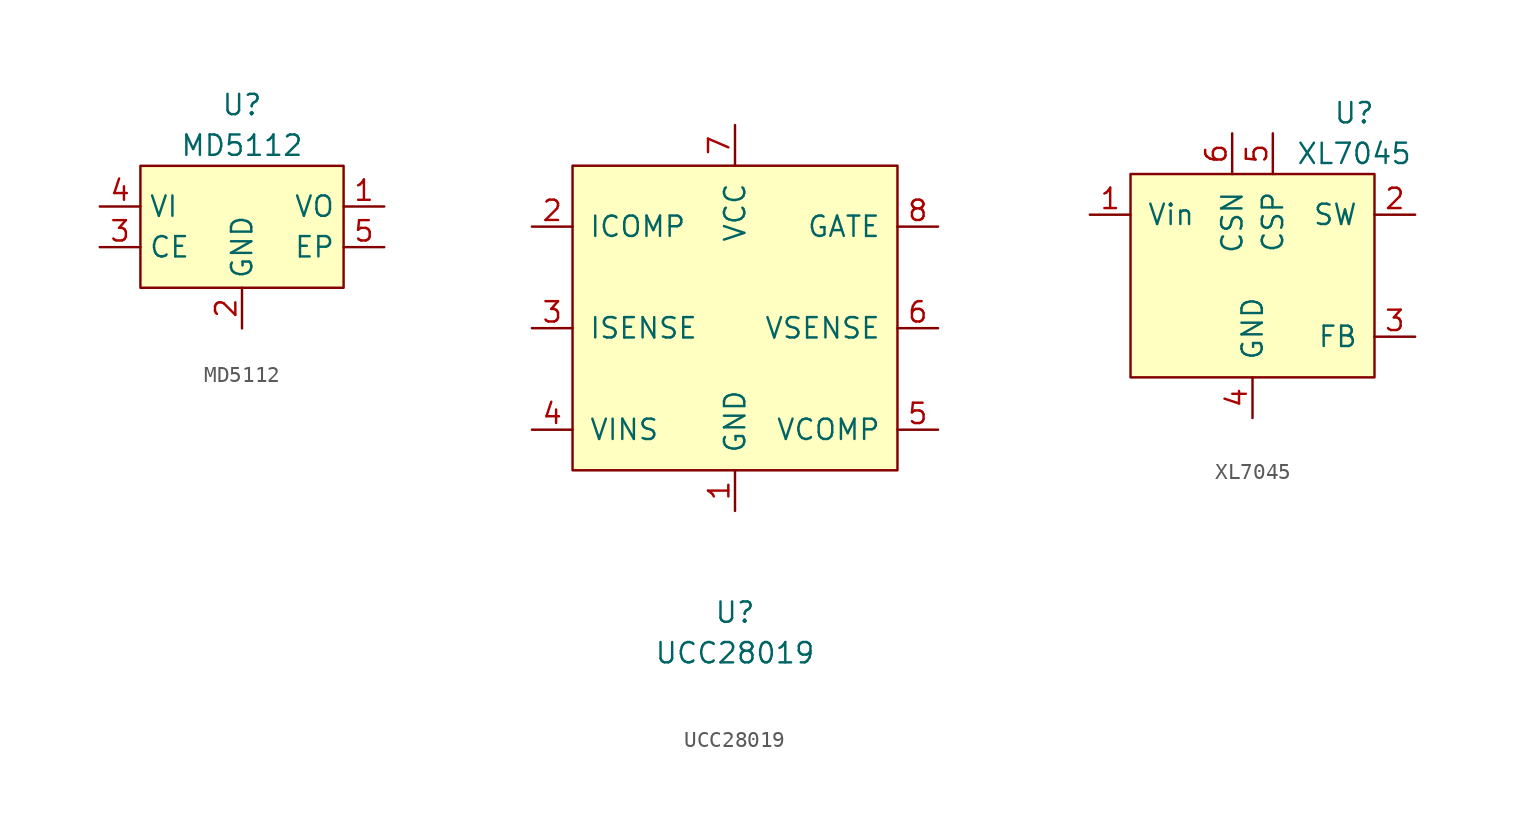
<source format=kicad_sym>
(kicad_symbol_lib
  (version 20220914)
  (generator kicad_symbol_editor)
  (symbol "MD5112"
    (property "Reference" "U"
      (at 0 11.43 0)
      (effects (font (size 1.27 1.27))))
    (property "Value" "MD5112"
      (at 0 8.89 0)
      (effects (font (size 1.27 1.27))))
    (symbol "MD5112_0_0"
      (text "" (at -7.62 5.08 0) (effects (font (size 1.27 1.27)))))
    (symbol "MD5112_1_1"
      (rectangle (start -6.35 7.62) (end 6.35 0) (stroke (width 0) (type default)) (fill (type background)))
      (pin power_out line (at 8.89 5.08 180) (length 2.54) (name "VO" (effects (font (size 1.27 1.27)))) (number "1" (effects (font (size 1.27 1.27)))))
      (pin passive line (at 0 -2.54 90) (length 2.54) (name "GND" (effects (font (size 1.27 1.27)))) (number "2" (effects (font (size 1.27 1.27)))))
      (pin input line (at -8.89 2.54 0) (length 2.54) (name "CE" (effects (font (size 1.27 1.27)))) (number "3" (effects (font (size 1.27 1.27)))))
      (pin power_in line (at -8.89 5.08 0) (length 2.54) (name "VI" (effects (font (size 1.27 1.27)))) (number "4" (effects (font (size 1.27 1.27)))))
      (pin passive line (at 8.89 2.54 180) (length 2.54) (name "EP" (effects (font (size 1.27 1.27)))) (number "5" (effects (font (size 1.27 1.27)))))))
  (symbol "UCC28019"
    (pin_names
      (offset 1.016))
    (property "Reference" "U"
      (at 0 -17.78 0)
      (effects (font (size 1.27 1.27))))
    (property "Value" "UCC28019"
      (at 0 -20.32 0)
      (effects (font (size 1.27 1.27))))
    (symbol "UCC28019_0_1"
      (rectangle (start -10.16 -8.89) (end 10.16 10.16) (stroke (width 0) (type default)) (fill (type background))))
    (symbol "UCC28019_1_1"
      (pin passive line (at 0 -11.43 90) (length 2.54) (name "GND" (effects (font (size 1.27 1.27)))) (number "1" (effects (font (size 1.27 1.27)))))
      (pin output line (at -12.7 6.35 0) (length 2.54) (name "ICOMP" (effects (font (size 1.27 1.27)))) (number "2" (effects (font (size 1.27 1.27)))))
      (pin input line (at -12.7 0 0) (length 2.54) (name "ISENSE" (effects (font (size 1.27 1.27)))) (number "3" (effects (font (size 1.27 1.27)))))
      (pin input line (at -12.7 -6.35 0) (length 2.54) (name "VINS" (effects (font (size 1.27 1.27)))) (number "4" (effects (font (size 1.27 1.27)))))
      (pin output line (at 12.7 -6.35 180) (length 2.54) (name "VCOMP" (effects (font (size 1.27 1.27)))) (number "5" (effects (font (size 1.27 1.27)))))
      (pin input line (at 12.7 0 180) (length 2.54) (name "VSENSE" (effects (font (size 1.27 1.27)))) (number "6" (effects (font (size 1.27 1.27)))))
      (pin power_in line (at 0 12.7 270) (length 2.54) (name "VCC" (effects (font (size 1.27 1.27)))) (number "7" (effects (font (size 1.27 1.27)))))
      (pin output line (at 12.7 6.35 180) (length 2.54) (name "GATE" (effects (font (size 1.27 1.27)))) (number "8" (effects (font (size 1.27 1.27)))))))
  (symbol "XL7045"
    (pin_names
      (offset 1.016))
    (property "Reference" "U"
      (at 6.35 16.51 0)
      (effects (font (size 1.27 1.27))))
    (property "Value" "XL7045"
      (at 6.35 13.97 0)
      (effects (font (size 1.27 1.27))))
    (symbol "XL7045_0_1"
      (rectangle (start -7.62 12.7) (end 7.62 0) (stroke (width 0) (type default)) (fill (type background))))
    (symbol "XL7045_1_1"
      (pin power_in line (at -10.16 10.16 0) (length 2.54) (name "Vin" (effects (font (size 1.27 1.27)))) (number "1" (effects (font (size 1.27 1.27)))))
      (pin output line (at 10.16 10.16 180) (length 2.54) (name "SW" (effects (font (size 1.27 1.27)))) (number "2" (effects (font (size 1.27 1.27)))))
      (pin input line (at 10.16 2.54 180) (length 2.54) (name "FB" (effects (font (size 1.27 1.27)))) (number "3" (effects (font (size 1.27 1.27)))))
      (pin passive line (at 0 -2.54 90) (length 2.54) (name "GND" (effects (font (size 1.27 1.27)))) (number "4" (effects (font (size 1.27 1.27)))))
      (pin input line (at 1.27 15.24 270) (length 2.54) (name "CSP" (effects (font (size 1.27 1.27)))) (number "5" (effects (font (size 1.27 1.27)))))
      (pin input line (at -1.27 15.24 270) (length 2.54) (name "CSN" (effects (font (size 1.27 1.27)))) (number "6" (effects (font (size 1.27 1.27)))))
      (pin no_connect line (at -10.16 1.27 0) (length 2.54) hide (name "N.C." (effects (font (size 1.27 1.27)))) (number "7" (effects (font (size 1.27 1.27)))))
      (pin no_connect line (at -10.16 3.81 0) (length 2.54) hide (name "N.C." (effects (font (size 1.27 1.27)))) (number "8" (effects (font (size 1.27 1.27)))))
      (pin passive line (at 0 -2.54 90) (length 2.54) hide (name "GND" (effects (font (size 1.27 1.27)))) (number "9" (effects (font (size 1.27 1.27))))))))
</source>
